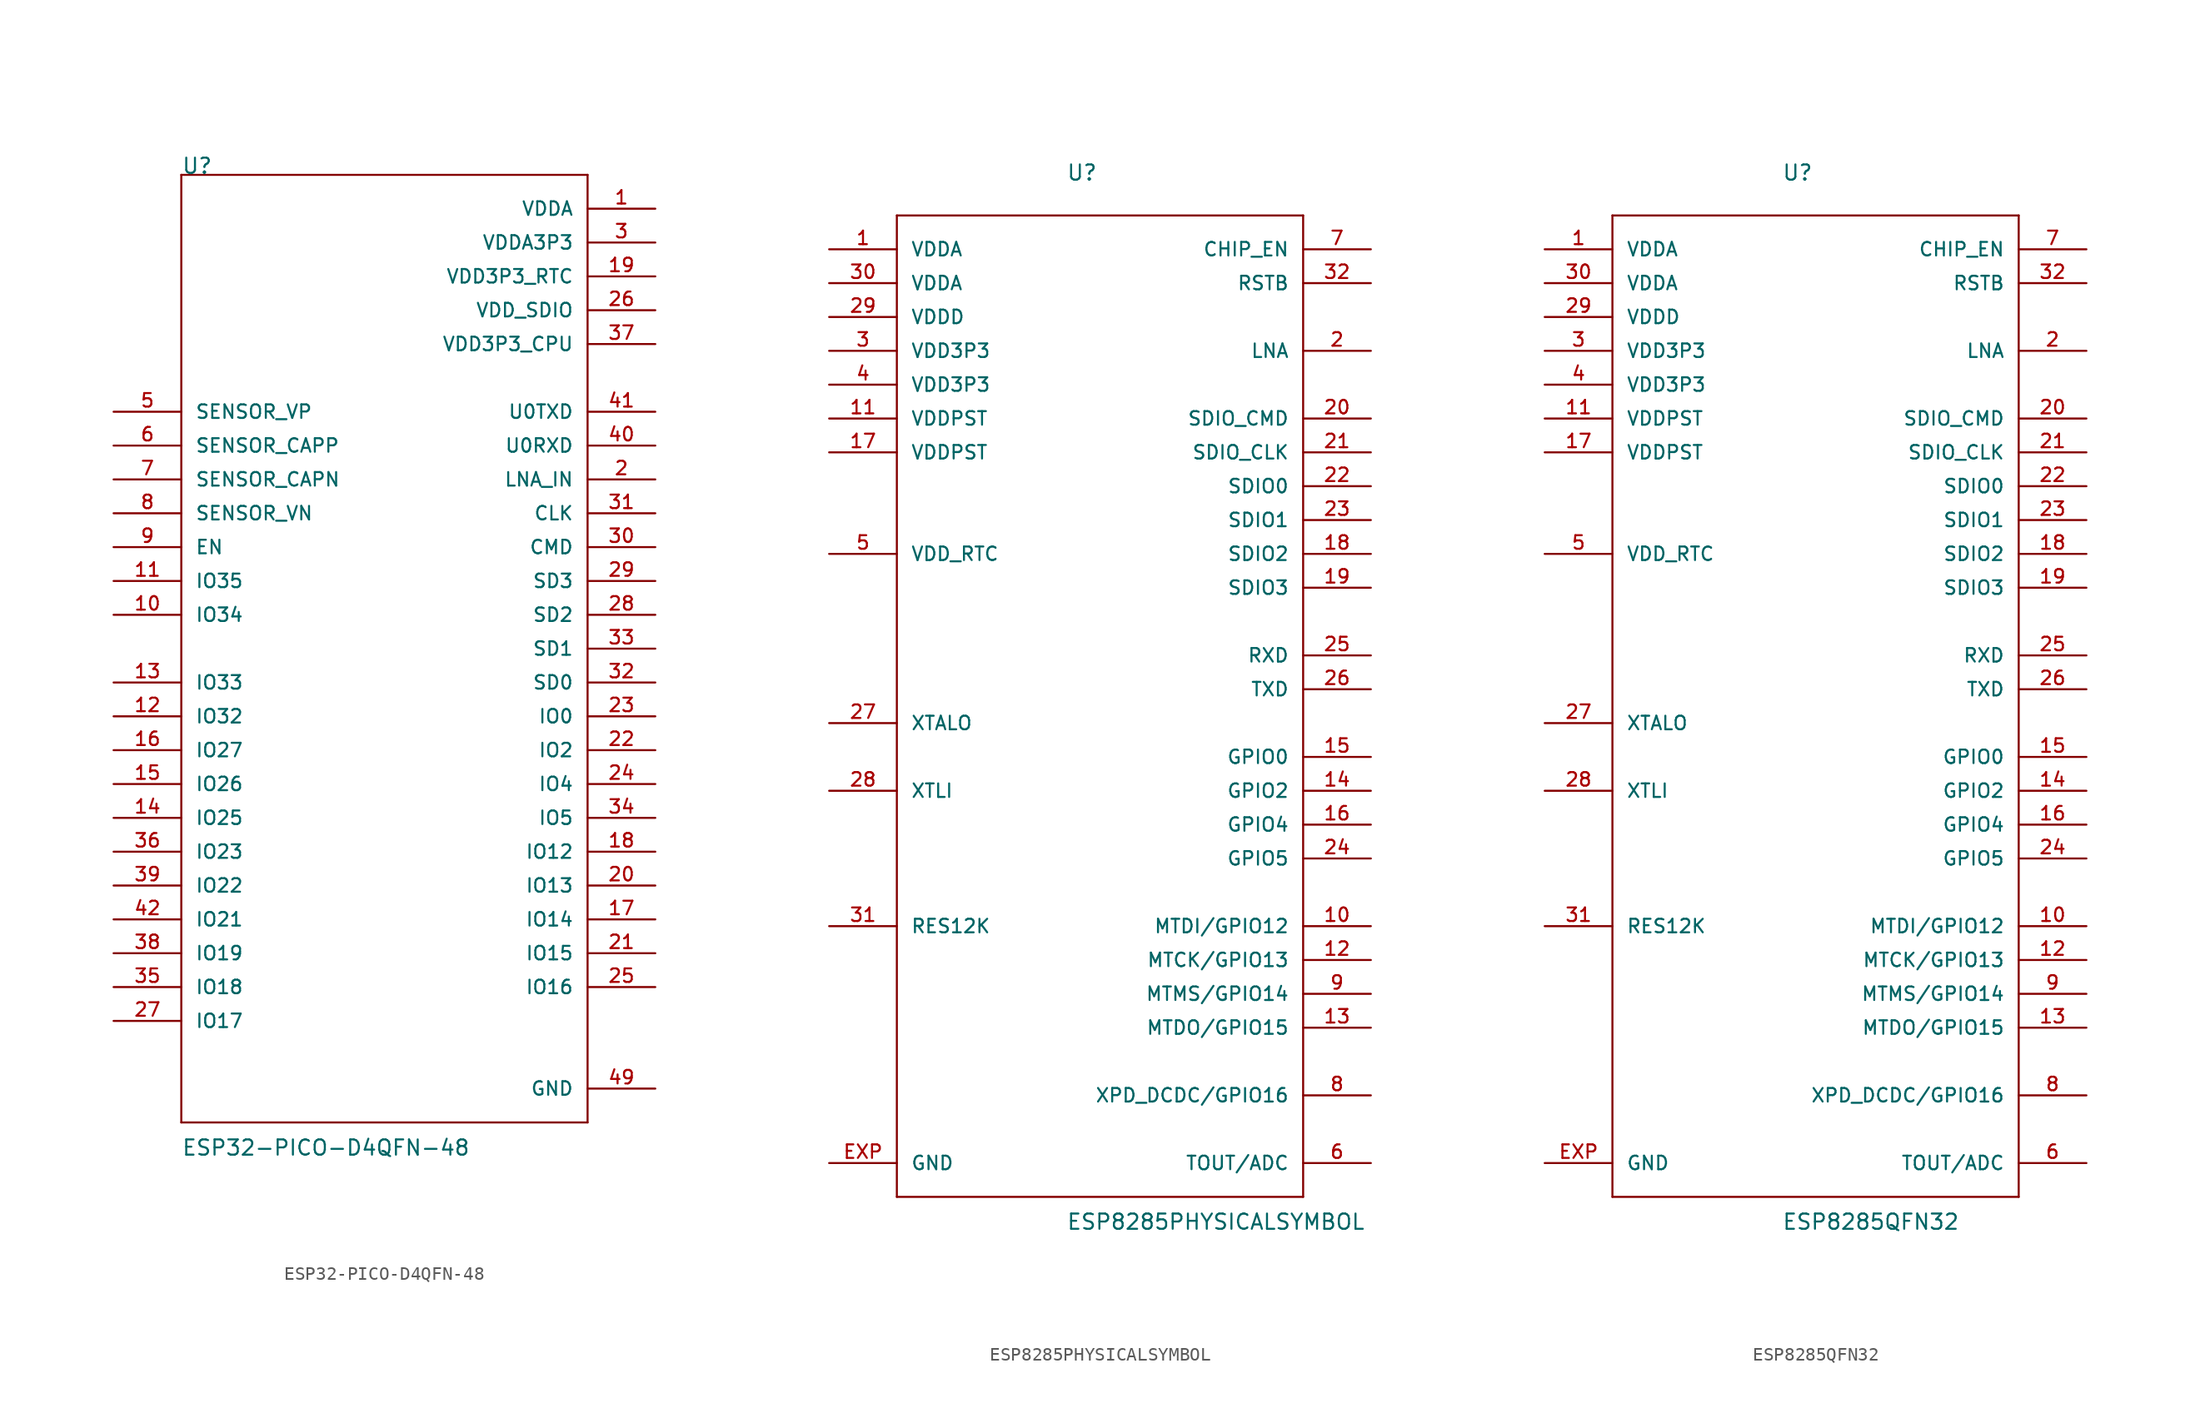
<source format=kicad_sym>
(kicad_symbol_lib
  (version 20241209)
  (generator "kicad_symbol_editor")
  (generator_version "9.0")
  (symbol "ESP32-PICO-D4QFN-48"
    (pin_names
      (offset 1.016))
    (property "Reference" "U"
      (at -15.24 35.56 0)
      (effects (font (size 1.143 1.143)) (justify left bottom)))
    (property "Value" "ESP32-PICO-D4QFN-48"
      (at -15.24 -38.125 0)
      (effects (font (size 1.143 1.143)) (justify left bottom)))
    (property "ki_locked" ""
      (at 0 0 0)
      (effects (font (size 1.27 1.27))))
    (symbol "ESP32-PICO-D4QFN-48_1_0"
      (polyline (pts (xy -15.24 35.56) (xy 15.24 35.56)) (stroke (width 0) (type solid)) (fill (type none)))
      (polyline (pts (xy -15.24 -35.56) (xy -15.24 35.56)) (stroke (width 0) (type solid)) (fill (type none)))
      (polyline (pts (xy 15.24 35.56) (xy 15.24 -35.56)) (stroke (width 0) (type solid)) (fill (type none)))
      (polyline (pts (xy 15.24 -35.56) (xy -15.24 -35.56)) (stroke (width 0) (type solid)) (fill (type none))))
    (symbol "ESP32-PICO-D4QFN-48_1_1"
      (pin input line (at -20.32 17.78 0) (length 5.08) (name "SENSOR_VP" (effects (font (size 1.016 1.016)))) (number "5" (effects (font (size 1.016 1.016)))))
      (pin input line (at -20.32 15.24 0) (length 5.08) (name "SENSOR_CAPP" (effects (font (size 1.016 1.016)))) (number "6" (effects (font (size 1.016 1.016)))))
      (pin input line (at -20.32 12.7 0) (length 5.08) (name "SENSOR_CAPN" (effects (font (size 1.016 1.016)))) (number "7" (effects (font (size 1.016 1.016)))))
      (pin input line (at -20.32 10.16 0) (length 5.08) (name "SENSOR_VN" (effects (font (size 1.016 1.016)))) (number "8" (effects (font (size 1.016 1.016)))))
      (pin input line (at -20.32 7.62 0) (length 5.08) (name "EN" (effects (font (size 1.016 1.016)))) (number "9" (effects (font (size 1.016 1.016)))))
      (pin input line (at -20.32 5.08 0) (length 5.08) (name "IO35" (effects (font (size 1.016 1.016)))) (number "11" (effects (font (size 1.016 1.016)))))
      (pin input line (at -20.32 2.54 0) (length 5.08) (name "IO34" (effects (font (size 1.016 1.016)))) (number "10" (effects (font (size 1.016 1.016)))))
      (pin bidirectional line (at -20.32 -2.54 0) (length 5.08) (name "IO33" (effects (font (size 1.016 1.016)))) (number "13" (effects (font (size 1.016 1.016)))))
      (pin bidirectional line (at -20.32 -5.08 0) (length 5.08) (name "IO32" (effects (font (size 1.016 1.016)))) (number "12" (effects (font (size 1.016 1.016)))))
      (pin bidirectional line (at -20.32 -7.62 0) (length 5.08) (name "IO27" (effects (font (size 1.016 1.016)))) (number "16" (effects (font (size 1.016 1.016)))))
      (pin bidirectional line (at -20.32 -10.16 0) (length 5.08) (name "IO26" (effects (font (size 1.016 1.016)))) (number "15" (effects (font (size 1.016 1.016)))))
      (pin bidirectional line (at -20.32 -12.7 0) (length 5.08) (name "IO25" (effects (font (size 1.016 1.016)))) (number "14" (effects (font (size 1.016 1.016)))))
      (pin bidirectional line (at -20.32 -15.24 0) (length 5.08) (name "IO23" (effects (font (size 1.016 1.016)))) (number "36" (effects (font (size 1.016 1.016)))))
      (pin bidirectional line (at -20.32 -17.78 0) (length 5.08) (name "IO22" (effects (font (size 1.016 1.016)))) (number "39" (effects (font (size 1.016 1.016)))))
      (pin bidirectional line (at -20.32 -20.32 0) (length 5.08) (name "IO21" (effects (font (size 1.016 1.016)))) (number "42" (effects (font (size 1.016 1.016)))))
      (pin bidirectional line (at -20.32 -22.86 0) (length 5.08) (name "IO19" (effects (font (size 1.016 1.016)))) (number "38" (effects (font (size 1.016 1.016)))))
      (pin bidirectional line (at -20.32 -25.4 0) (length 5.08) (name "IO18" (effects (font (size 1.016 1.016)))) (number "35" (effects (font (size 1.016 1.016)))))
      (pin bidirectional line (at -20.32 -27.94 0) (length 5.08) (name "IO17" (effects (font (size 1.016 1.016)))) (number "27" (effects (font (size 1.016 1.016)))))
      (pin power_in line (at 20.32 33.02 180) (length 5.08) (name "VDDA" (effects (font (size 1.016 1.016)))) (number "1" (effects (font (size 1.016 1.016)))))
      (pin power_in line (at 20.32 33.02 180) (length 5.08) (hide yes) (name "VDDA" (effects (font (size 1.016 1.016)))) (number "43" (effects (font (size 1.016 1.016)))))
      (pin power_in line (at 20.32 33.02 180) (length 5.08) (hide yes) (name "VDDA" (effects (font (size 1.016 1.016)))) (number "46" (effects (font (size 1.016 1.016)))))
      (pin power_in line (at 20.32 30.48 180) (length 5.08) (name "VDDA3P3" (effects (font (size 1.016 1.016)))) (number "3" (effects (font (size 1.016 1.016)))))
      (pin power_in line (at 20.32 30.48 180) (length 5.08) (hide yes) (name "VDDA3P3" (effects (font (size 1.016 1.016)))) (number "4" (effects (font (size 1.016 1.016)))))
      (pin power_in line (at 20.32 27.94 180) (length 5.08) (name "VDD3P3_RTC" (effects (font (size 1.016 1.016)))) (number "19" (effects (font (size 1.016 1.016)))))
      (pin power_in line (at 20.32 25.4 180) (length 5.08) (name "VDD_SDIO" (effects (font (size 1.016 1.016)))) (number "26" (effects (font (size 1.016 1.016)))))
      (pin power_in line (at 20.32 22.86 180) (length 5.08) (name "VDD3P3_CPU" (effects (font (size 1.016 1.016)))) (number "37" (effects (font (size 1.016 1.016)))))
      (pin bidirectional line (at 20.32 17.78 180) (length 5.08) (name "U0TXD" (effects (font (size 1.016 1.016)))) (number "41" (effects (font (size 1.016 1.016)))))
      (pin bidirectional line (at 20.32 15.24 180) (length 5.08) (name "U0RXD" (effects (font (size 1.016 1.016)))) (number "40" (effects (font (size 1.016 1.016)))))
      (pin bidirectional line (at 20.32 12.7 180) (length 5.08) (name "LNA_IN" (effects (font (size 1.016 1.016)))) (number "2" (effects (font (size 1.016 1.016)))))
      (pin bidirectional line (at 20.32 10.16 180) (length 5.08) (name "CLK" (effects (font (size 1.016 1.016)))) (number "31" (effects (font (size 1.016 1.016)))))
      (pin bidirectional line (at 20.32 7.62 180) (length 5.08) (name "CMD" (effects (font (size 1.016 1.016)))) (number "30" (effects (font (size 1.016 1.016)))))
      (pin bidirectional line (at 20.32 5.08 180) (length 5.08) (name "SD3" (effects (font (size 1.016 1.016)))) (number "29" (effects (font (size 1.016 1.016)))))
      (pin bidirectional line (at 20.32 2.54 180) (length 5.08) (name "SD2" (effects (font (size 1.016 1.016)))) (number "28" (effects (font (size 1.016 1.016)))))
      (pin bidirectional line (at 20.32 0 180) (length 5.08) (name "SD1" (effects (font (size 1.016 1.016)))) (number "33" (effects (font (size 1.016 1.016)))))
      (pin bidirectional line (at 20.32 -2.54 180) (length 5.08) (name "SD0" (effects (font (size 1.016 1.016)))) (number "32" (effects (font (size 1.016 1.016)))))
      (pin bidirectional line (at 20.32 -5.08 180) (length 5.08) (name "IO0" (effects (font (size 1.016 1.016)))) (number "23" (effects (font (size 1.016 1.016)))))
      (pin bidirectional line (at 20.32 -7.62 180) (length 5.08) (name "IO2" (effects (font (size 1.016 1.016)))) (number "22" (effects (font (size 1.016 1.016)))))
      (pin bidirectional line (at 20.32 -10.16 180) (length 5.08) (name "IO4" (effects (font (size 1.016 1.016)))) (number "24" (effects (font (size 1.016 1.016)))))
      (pin bidirectional line (at 20.32 -12.7 180) (length 5.08) (name "IO5" (effects (font (size 1.016 1.016)))) (number "34" (effects (font (size 1.016 1.016)))))
      (pin bidirectional line (at 20.32 -15.24 180) (length 5.08) (name "IO12" (effects (font (size 1.016 1.016)))) (number "18" (effects (font (size 1.016 1.016)))))
      (pin bidirectional line (at 20.32 -17.78 180) (length 5.08) (name "IO13" (effects (font (size 1.016 1.016)))) (number "20" (effects (font (size 1.016 1.016)))))
      (pin bidirectional line (at 20.32 -20.32 180) (length 5.08) (name "IO14" (effects (font (size 1.016 1.016)))) (number "17" (effects (font (size 1.016 1.016)))))
      (pin bidirectional line (at 20.32 -22.86 180) (length 5.08) (name "IO15" (effects (font (size 1.016 1.016)))) (number "21" (effects (font (size 1.016 1.016)))))
      (pin bidirectional line (at 20.32 -25.4 180) (length 5.08) (name "IO16" (effects (font (size 1.016 1.016)))) (number "25" (effects (font (size 1.016 1.016)))))
      (pin power_in line (at 20.32 -33.02 180) (length 5.08) (name "GND" (effects (font (size 1.016 1.016)))) (number "49" (effects (font (size 1.016 1.016)))))))
  (symbol "ESP8285PHYSICALSYMBOL"
    (pin_names
      (offset 1.016))
    (property "Reference" "U"
      (at -2.54 38.1 0)
      (effects (font (size 1.143 1.143)) (justify left bottom)))
    (property "Value" "ESP8285PHYSICALSYMBOL"
      (at -2.54 -40.64 0)
      (effects (font (size 1.143 1.143)) (justify left bottom)))
    (property "ki_locked" ""
      (at 0 0 0)
      (effects (font (size 1.27 1.27))))
    (symbol "ESP8285PHYSICALSYMBOL_1_0"
      (polyline (pts (xy -15.24 35.56) (xy -15.24 -38.1)) (stroke (width 0) (type solid)) (fill (type none)))
      (polyline (pts (xy -15.24 -38.1) (xy 15.24 -38.1)) (stroke (width 0) (type solid)) (fill (type none)))
      (polyline (pts (xy 15.24 35.56) (xy -15.24 35.56)) (stroke (width 0) (type solid)) (fill (type none)))
      (polyline (pts (xy 15.24 -38.1) (xy 15.24 35.56)) (stroke (width 0) (type solid)) (fill (type none))))
    (symbol "ESP8285PHYSICALSYMBOL_1_1"
      (pin power_in line (at -20.32 33.02 0) (length 5.08) (name "VDDA" (effects (font (size 1.016 1.016)))) (number "1" (effects (font (size 1.016 1.016)))))
      (pin power_in line (at -20.32 30.48 0) (length 5.08) (name "VDDA" (effects (font (size 1.016 1.016)))) (number "30" (effects (font (size 1.016 1.016)))))
      (pin power_in line (at -20.32 27.94 0) (length 5.08) (name "VDDD" (effects (font (size 1.016 1.016)))) (number "29" (effects (font (size 1.016 1.016)))))
      (pin power_in line (at -20.32 25.4 0) (length 5.08) (name "VDD3P3" (effects (font (size 1.016 1.016)))) (number "3" (effects (font (size 1.016 1.016)))))
      (pin power_in line (at -20.32 22.86 0) (length 5.08) (name "VDD3P3" (effects (font (size 1.016 1.016)))) (number "4" (effects (font (size 1.016 1.016)))))
      (pin power_in line (at -20.32 20.32 0) (length 5.08) (name "VDDPST" (effects (font (size 1.016 1.016)))) (number "11" (effects (font (size 1.016 1.016)))))
      (pin power_in line (at -20.32 17.78 0) (length 5.08) (name "VDDPST" (effects (font (size 1.016 1.016)))) (number "17" (effects (font (size 1.016 1.016)))))
      (pin unspecified line (at -20.32 10.16 0) (length 5.08) (name "VDD_RTC" (effects (font (size 1.016 1.016)))) (number "5" (effects (font (size 1.016 1.016)))))
      (pin bidirectional line (at -20.32 -2.54 0) (length 5.08) (name "XTALO" (effects (font (size 1.016 1.016)))) (number "27" (effects (font (size 1.016 1.016)))))
      (pin bidirectional line (at -20.32 -7.62 0) (length 5.08) (name "XTLI" (effects (font (size 1.016 1.016)))) (number "28" (effects (font (size 1.016 1.016)))))
      (pin input line (at -20.32 -17.78 0) (length 5.08) (name "RES12K" (effects (font (size 1.016 1.016)))) (number "31" (effects (font (size 1.016 1.016)))))
      (pin power_in line (at -20.32 -35.56 0) (length 5.08) (name "GND" (effects (font (size 1.016 1.016)))) (number "EXP" (effects (font (size 1.016 1.016)))))
      (pin input line (at 20.32 33.02 180) (length 5.08) (name "CHIP_EN" (effects (font (size 1.016 1.016)))) (number "7" (effects (font (size 1.016 1.016)))))
      (pin input line (at 20.32 30.48 180) (length 5.08) (name "RSTB" (effects (font (size 1.016 1.016)))) (number "32" (effects (font (size 1.016 1.016)))))
      (pin bidirectional line (at 20.32 25.4 180) (length 5.08) (name "LNA" (effects (font (size 1.016 1.016)))) (number "2" (effects (font (size 1.016 1.016)))))
      (pin bidirectional line (at 20.32 20.32 180) (length 5.08) (name "SDIO_CMD" (effects (font (size 1.016 1.016)))) (number "20" (effects (font (size 1.016 1.016)))))
      (pin bidirectional line (at 20.32 17.78 180) (length 5.08) (name "SDIO_CLK" (effects (font (size 1.016 1.016)))) (number "21" (effects (font (size 1.016 1.016)))))
      (pin bidirectional line (at 20.32 15.24 180) (length 5.08) (name "SDIO0" (effects (font (size 1.016 1.016)))) (number "22" (effects (font (size 1.016 1.016)))))
      (pin bidirectional line (at 20.32 12.7 180) (length 5.08) (name "SDIO1" (effects (font (size 1.016 1.016)))) (number "23" (effects (font (size 1.016 1.016)))))
      (pin bidirectional line (at 20.32 10.16 180) (length 5.08) (name "SDIO2" (effects (font (size 1.016 1.016)))) (number "18" (effects (font (size 1.016 1.016)))))
      (pin bidirectional line (at 20.32 7.62 180) (length 5.08) (name "SDIO3" (effects (font (size 1.016 1.016)))) (number "19" (effects (font (size 1.016 1.016)))))
      (pin bidirectional line (at 20.32 2.54 180) (length 5.08) (name "RXD" (effects (font (size 1.016 1.016)))) (number "25" (effects (font (size 1.016 1.016)))))
      (pin bidirectional line (at 20.32 0 180) (length 5.08) (name "TXD" (effects (font (size 1.016 1.016)))) (number "26" (effects (font (size 1.016 1.016)))))
      (pin bidirectional line (at 20.32 -5.08 180) (length 5.08) (name "GPIO0" (effects (font (size 1.016 1.016)))) (number "15" (effects (font (size 1.016 1.016)))))
      (pin bidirectional line (at 20.32 -7.62 180) (length 5.08) (name "GPIO2" (effects (font (size 1.016 1.016)))) (number "14" (effects (font (size 1.016 1.016)))))
      (pin bidirectional line (at 20.32 -10.16 180) (length 5.08) (name "GPIO4" (effects (font (size 1.016 1.016)))) (number "16" (effects (font (size 1.016 1.016)))))
      (pin bidirectional line (at 20.32 -12.7 180) (length 5.08) (name "GPIO5" (effects (font (size 1.016 1.016)))) (number "24" (effects (font (size 1.016 1.016)))))
      (pin bidirectional line (at 20.32 -17.78 180) (length 5.08) (name "MTDI/GPIO12" (effects (font (size 1.016 1.016)))) (number "10" (effects (font (size 1.016 1.016)))))
      (pin bidirectional line (at 20.32 -20.32 180) (length 5.08) (name "MTCK/GPIO13" (effects (font (size 1.016 1.016)))) (number "12" (effects (font (size 1.016 1.016)))))
      (pin bidirectional line (at 20.32 -22.86 180) (length 5.08) (name "MTMS/GPIO14" (effects (font (size 1.016 1.016)))) (number "9" (effects (font (size 1.016 1.016)))))
      (pin bidirectional line (at 20.32 -25.4 180) (length 5.08) (name "MTDO/GPIO15" (effects (font (size 1.016 1.016)))) (number "13" (effects (font (size 1.016 1.016)))))
      (pin bidirectional line (at 20.32 -30.48 180) (length 5.08) (name "XPD_DCDC/GPIO16" (effects (font (size 1.016 1.016)))) (number "8" (effects (font (size 1.016 1.016)))))
      (pin input line (at 20.32 -35.56 180) (length 5.08) (name "TOUT/ADC" (effects (font (size 1.016 1.016)))) (number "6" (effects (font (size 1.016 1.016)))))))
  (symbol "ESP8285QFN32"
    (pin_names
      (offset 1.016))
    (property "Reference" "U"
      (at -2.54 38.1 0)
      (effects (font (size 1.143 1.143)) (justify left bottom)))
    (property "Value" "ESP8285QFN32"
      (at -2.54 -40.64 0)
      (effects (font (size 1.143 1.143)) (justify left bottom)))
    (property "ki_locked" ""
      (at 0 0 0)
      (effects (font (size 1.27 1.27))))
    (symbol "ESP8285QFN32_1_0"
      (polyline (pts (xy -15.24 35.56) (xy -15.24 -38.1)) (stroke (width 0) (type solid)) (fill (type none)))
      (polyline (pts (xy -15.24 -38.1) (xy 15.24 -38.1)) (stroke (width 0) (type solid)) (fill (type none)))
      (polyline (pts (xy 15.24 35.56) (xy -15.24 35.56)) (stroke (width 0) (type solid)) (fill (type none)))
      (polyline (pts (xy 15.24 -38.1) (xy 15.24 35.56)) (stroke (width 0) (type solid)) (fill (type none))))
    (symbol "ESP8285QFN32_1_1"
      (pin power_in line (at -20.32 33.02 0) (length 5.08) (name "VDDA" (effects (font (size 1.016 1.016)))) (number "1" (effects (font (size 1.016 1.016)))))
      (pin power_in line (at -20.32 30.48 0) (length 5.08) (name "VDDA" (effects (font (size 1.016 1.016)))) (number "30" (effects (font (size 1.016 1.016)))))
      (pin power_in line (at -20.32 27.94 0) (length 5.08) (name "VDDD" (effects (font (size 1.016 1.016)))) (number "29" (effects (font (size 1.016 1.016)))))
      (pin power_in line (at -20.32 25.4 0) (length 5.08) (name "VDD3P3" (effects (font (size 1.016 1.016)))) (number "3" (effects (font (size 1.016 1.016)))))
      (pin power_in line (at -20.32 22.86 0) (length 5.08) (name "VDD3P3" (effects (font (size 1.016 1.016)))) (number "4" (effects (font (size 1.016 1.016)))))
      (pin power_in line (at -20.32 20.32 0) (length 5.08) (name "VDDPST" (effects (font (size 1.016 1.016)))) (number "11" (effects (font (size 1.016 1.016)))))
      (pin power_in line (at -20.32 17.78 0) (length 5.08) (name "VDDPST" (effects (font (size 1.016 1.016)))) (number "17" (effects (font (size 1.016 1.016)))))
      (pin unspecified line (at -20.32 10.16 0) (length 5.08) (name "VDD_RTC" (effects (font (size 1.016 1.016)))) (number "5" (effects (font (size 1.016 1.016)))))
      (pin bidirectional line (at -20.32 -2.54 0) (length 5.08) (name "XTALO" (effects (font (size 1.016 1.016)))) (number "27" (effects (font (size 1.016 1.016)))))
      (pin bidirectional line (at -20.32 -7.62 0) (length 5.08) (name "XTLI" (effects (font (size 1.016 1.016)))) (number "28" (effects (font (size 1.016 1.016)))))
      (pin input line (at -20.32 -17.78 0) (length 5.08) (name "RES12K" (effects (font (size 1.016 1.016)))) (number "31" (effects (font (size 1.016 1.016)))))
      (pin power_in line (at -20.32 -35.56 0) (length 5.08) (name "GND" (effects (font (size 1.016 1.016)))) (number "EXP" (effects (font (size 1.016 1.016)))))
      (pin input line (at 20.32 33.02 180) (length 5.08) (name "CHIP_EN" (effects (font (size 1.016 1.016)))) (number "7" (effects (font (size 1.016 1.016)))))
      (pin input line (at 20.32 30.48 180) (length 5.08) (name "RSTB" (effects (font (size 1.016 1.016)))) (number "32" (effects (font (size 1.016 1.016)))))
      (pin bidirectional line (at 20.32 25.4 180) (length 5.08) (name "LNA" (effects (font (size 1.016 1.016)))) (number "2" (effects (font (size 1.016 1.016)))))
      (pin bidirectional line (at 20.32 20.32 180) (length 5.08) (name "SDIO_CMD" (effects (font (size 1.016 1.016)))) (number "20" (effects (font (size 1.016 1.016)))))
      (pin bidirectional line (at 20.32 17.78 180) (length 5.08) (name "SDIO_CLK" (effects (font (size 1.016 1.016)))) (number "21" (effects (font (size 1.016 1.016)))))
      (pin bidirectional line (at 20.32 15.24 180) (length 5.08) (name "SDIO0" (effects (font (size 1.016 1.016)))) (number "22" (effects (font (size 1.016 1.016)))))
      (pin bidirectional line (at 20.32 12.7 180) (length 5.08) (name "SDIO1" (effects (font (size 1.016 1.016)))) (number "23" (effects (font (size 1.016 1.016)))))
      (pin bidirectional line (at 20.32 10.16 180) (length 5.08) (name "SDIO2" (effects (font (size 1.016 1.016)))) (number "18" (effects (font (size 1.016 1.016)))))
      (pin bidirectional line (at 20.32 7.62 180) (length 5.08) (name "SDIO3" (effects (font (size 1.016 1.016)))) (number "19" (effects (font (size 1.016 1.016)))))
      (pin bidirectional line (at 20.32 2.54 180) (length 5.08) (name "RXD" (effects (font (size 1.016 1.016)))) (number "25" (effects (font (size 1.016 1.016)))))
      (pin bidirectional line (at 20.32 0 180) (length 5.08) (name "TXD" (effects (font (size 1.016 1.016)))) (number "26" (effects (font (size 1.016 1.016)))))
      (pin bidirectional line (at 20.32 -5.08 180) (length 5.08) (name "GPIO0" (effects (font (size 1.016 1.016)))) (number "15" (effects (font (size 1.016 1.016)))))
      (pin bidirectional line (at 20.32 -7.62 180) (length 5.08) (name "GPIO2" (effects (font (size 1.016 1.016)))) (number "14" (effects (font (size 1.016 1.016)))))
      (pin bidirectional line (at 20.32 -10.16 180) (length 5.08) (name "GPIO4" (effects (font (size 1.016 1.016)))) (number "16" (effects (font (size 1.016 1.016)))))
      (pin bidirectional line (at 20.32 -12.7 180) (length 5.08) (name "GPIO5" (effects (font (size 1.016 1.016)))) (number "24" (effects (font (size 1.016 1.016)))))
      (pin bidirectional line (at 20.32 -17.78 180) (length 5.08) (name "MTDI/GPIO12" (effects (font (size 1.016 1.016)))) (number "10" (effects (font (size 1.016 1.016)))))
      (pin bidirectional line (at 20.32 -20.32 180) (length 5.08) (name "MTCK/GPIO13" (effects (font (size 1.016 1.016)))) (number "12" (effects (font (size 1.016 1.016)))))
      (pin bidirectional line (at 20.32 -22.86 180) (length 5.08) (name "MTMS/GPIO14" (effects (font (size 1.016 1.016)))) (number "9" (effects (font (size 1.016 1.016)))))
      (pin bidirectional line (at 20.32 -25.4 180) (length 5.08) (name "MTDO/GPIO15" (effects (font (size 1.016 1.016)))) (number "13" (effects (font (size 1.016 1.016)))))
      (pin bidirectional line (at 20.32 -30.48 180) (length 5.08) (name "XPD_DCDC/GPIO16" (effects (font (size 1.016 1.016)))) (number "8" (effects (font (size 1.016 1.016)))))
      (pin input line (at 20.32 -35.56 180) (length 5.08) (name "TOUT/ADC" (effects (font (size 1.016 1.016)))) (number "6" (effects (font (size 1.016 1.016))))))))
</source>
